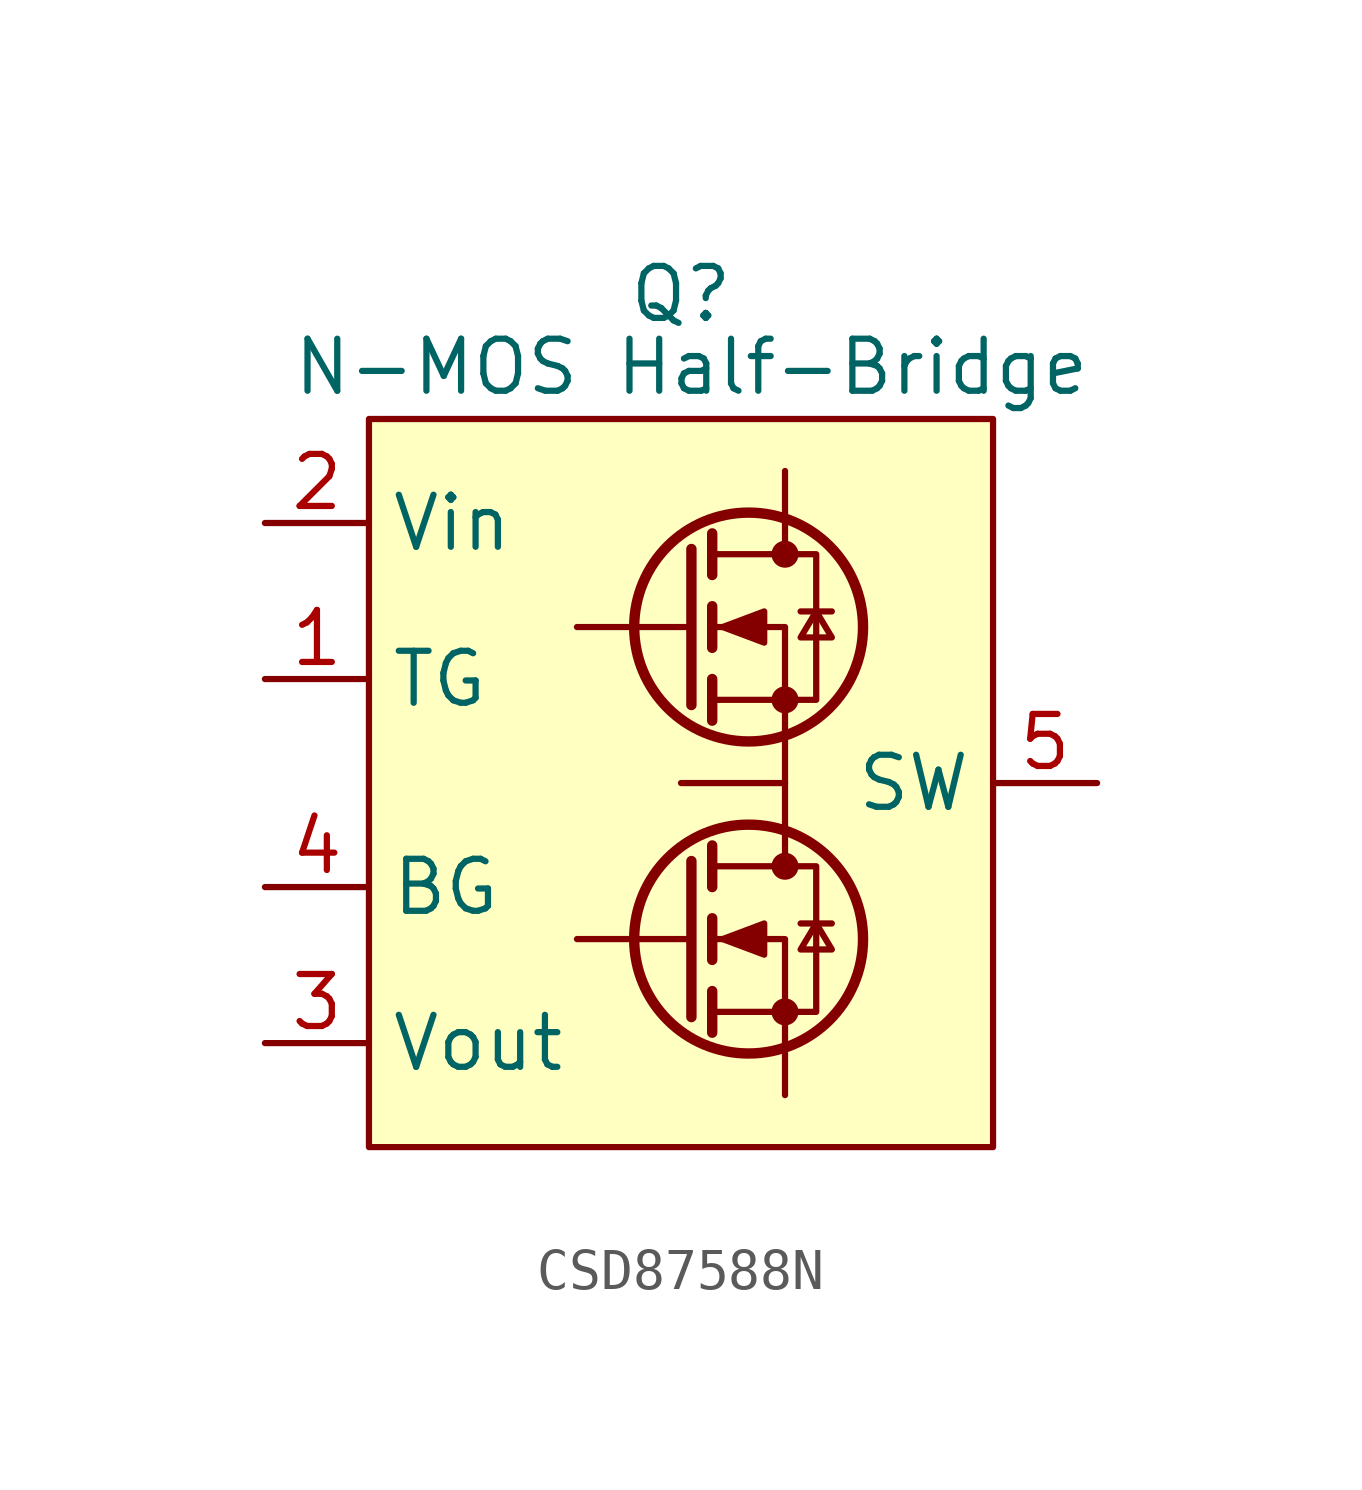
<source format=kicad_sym>
(kicad_symbol_lib
  (version 20241209)
  (generator "kicad_symbol_editor")
  (generator_version "9.0")
  (symbol "CSD87588N"
    (property "Reference" "Q"
      (at 0 11.938 0)
      (effects (font (size 1.27 1.27))))
    (property "Value" "N-MOS Half-Bridge"
      (at 0.254 10.16 0)
      (effects (font (size 1.27 1.27))))
    (symbol "CSD87588N_0_1"
      (polyline (pts (xy 0.254 5.715) (xy 0.254 1.905)) (stroke (width 0.254) (type default)) (fill (type none)))
      (polyline (pts (xy 0.254 3.81) (xy -2.54 3.81)) (stroke (width 0) (type default)) (fill (type none)))
      (polyline (pts (xy 0.254 -1.905) (xy 0.254 -5.715)) (stroke (width 0.254) (type default)) (fill (type none)))
      (polyline (pts (xy 0.254 -3.81) (xy -2.54 -3.81)) (stroke (width 0) (type default)) (fill (type none)))
      (polyline (pts (xy 0.762 6.096) (xy 0.762 5.08)) (stroke (width 0.254) (type default)) (fill (type none)))
      (polyline (pts (xy 0.762 4.318) (xy 0.762 3.302)) (stroke (width 0.254) (type default)) (fill (type none)))
      (polyline (pts (xy 0.762 2.54) (xy 0.762 1.524)) (stroke (width 0.254) (type default)) (fill (type none)))
      (polyline (pts (xy 0.762 2.032) (xy 3.302 2.032) (xy 3.302 5.588) (xy 0.762 5.588)) (stroke (width 0) (type default)) (fill (type none)))
      (polyline (pts (xy 0.762 -1.524) (xy 0.762 -2.54)) (stroke (width 0.254) (type default)) (fill (type none)))
      (polyline (pts (xy 0.762 -3.302) (xy 0.762 -4.318)) (stroke (width 0.254) (type default)) (fill (type none)))
      (polyline (pts (xy 0.762 -5.08) (xy 0.762 -6.096)) (stroke (width 0.254) (type default)) (fill (type none)))
      (polyline (pts (xy 0.762 -5.588) (xy 3.302 -5.588) (xy 3.302 -2.032) (xy 0.762 -2.032)) (stroke (width 0) (type default)) (fill (type none)))
      (polyline (pts (xy 1.016 3.81) (xy 2.032 4.191) (xy 2.032 3.429) (xy 1.016 3.81)) (stroke (width 0) (type default)) (fill (type outline)))
      (polyline (pts (xy 1.016 -3.81) (xy 2.032 -3.429) (xy 2.032 -4.191) (xy 1.016 -3.81)) (stroke (width 0) (type default)) (fill (type outline)))
      (circle (center 1.651 3.81) (radius 2.794) (stroke (width 0.254) (type default)) (fill (type none)))
      (circle (center 1.651 -3.81) (radius 2.794) (stroke (width 0.254) (type default)) (fill (type none)))
      (polyline (pts (xy 2.54 6.35) (xy 2.54 5.588)) (stroke (width 0) (type default)) (fill (type none)))
      (circle (center 2.54 5.588) (radius 0.254) (stroke (width 0) (type default)) (fill (type outline)))
      (circle (center 2.54 2.032) (radius 0.254) (stroke (width 0) (type default)) (fill (type outline)))
      (polyline (pts (xy 2.54 1.27) (xy 2.54 -1.27)) (stroke (width 0) (type default)) (fill (type none)))
      (polyline (pts (xy 2.54 1.27) (xy 2.54 3.81) (xy 0.762 3.81)) (stroke (width 0) (type default)) (fill (type none)))
      (polyline (pts (xy 2.54 -1.27) (xy 2.54 -2.032)) (stroke (width 0) (type default)) (fill (type none)))
      (circle (center 2.54 -2.032) (radius 0.254) (stroke (width 0) (type default)) (fill (type outline)))
      (circle (center 2.54 -5.588) (radius 0.254) (stroke (width 0) (type default)) (fill (type outline)))
      (polyline (pts (xy 2.54 -6.35) (xy 2.54 -3.81) (xy 0.762 -3.81)) (stroke (width 0) (type default)) (fill (type none)))
      (polyline (pts (xy 2.921 4.191) (xy 3.683 4.191)) (stroke (width 0) (type default)) (fill (type none)))
      (polyline (pts (xy 2.921 -3.429) (xy 3.683 -3.429)) (stroke (width 0) (type default)) (fill (type none)))
      (polyline (pts (xy 3.302 4.191) (xy 2.921 3.556) (xy 3.683 3.556) (xy 3.302 4.191)) (stroke (width 0) (type default)) (fill (type none)))
      (polyline (pts (xy 3.302 -3.429) (xy 2.921 -4.064) (xy 3.683 -4.064) (xy 3.302 -3.429)) (stroke (width 0) (type default)) (fill (type none))))
    (symbol "CSD87588N_1_1"
      (rectangle (start -7.62 8.89) (end 7.62 -8.89) (stroke (width 0) (type solid)) (fill (type background)))
      (polyline (pts (xy 2.54 6.35) (xy 2.54 7.62)) (stroke (width 0) (type default)) (fill (type none)))
      (polyline (pts (xy 2.54 0) (xy 0 0)) (stroke (width 0) (type default)) (fill (type none)))
      (polyline (pts (xy 2.54 -6.35) (xy 2.54 -7.62)) (stroke (width 0) (type default)) (fill (type none)))
      (pin power_in line (at -10.16 6.35 0) (length 2.54) (name "Vin" (effects (font (size 1.27 1.27)))) (number "2" (effects (font (size 1.27 1.27)))))
      (pin input line (at -10.16 2.54 0) (length 2.54) (name "TG" (effects (font (size 1.27 1.27)))) (number "1" (effects (font (size 1.27 1.27)))))
      (pin input line (at -10.16 -2.54 0) (length 2.54) (name "BG" (effects (font (size 1.27 1.27)))) (number "4" (effects (font (size 1.27 1.27)))))
      (pin power_out line (at -10.16 -6.35 0) (length 2.54) (name "Vout" (effects (font (size 1.27 1.27)))) (number "3" (effects (font (size 1.27 1.27)))))
      (pin passive line (at 10.16 0 180) (length 2.54) (name "SW" (effects (font (size 1.27 1.27)))) (number "5" (effects (font (size 1.27 1.27))))))))
</source>
